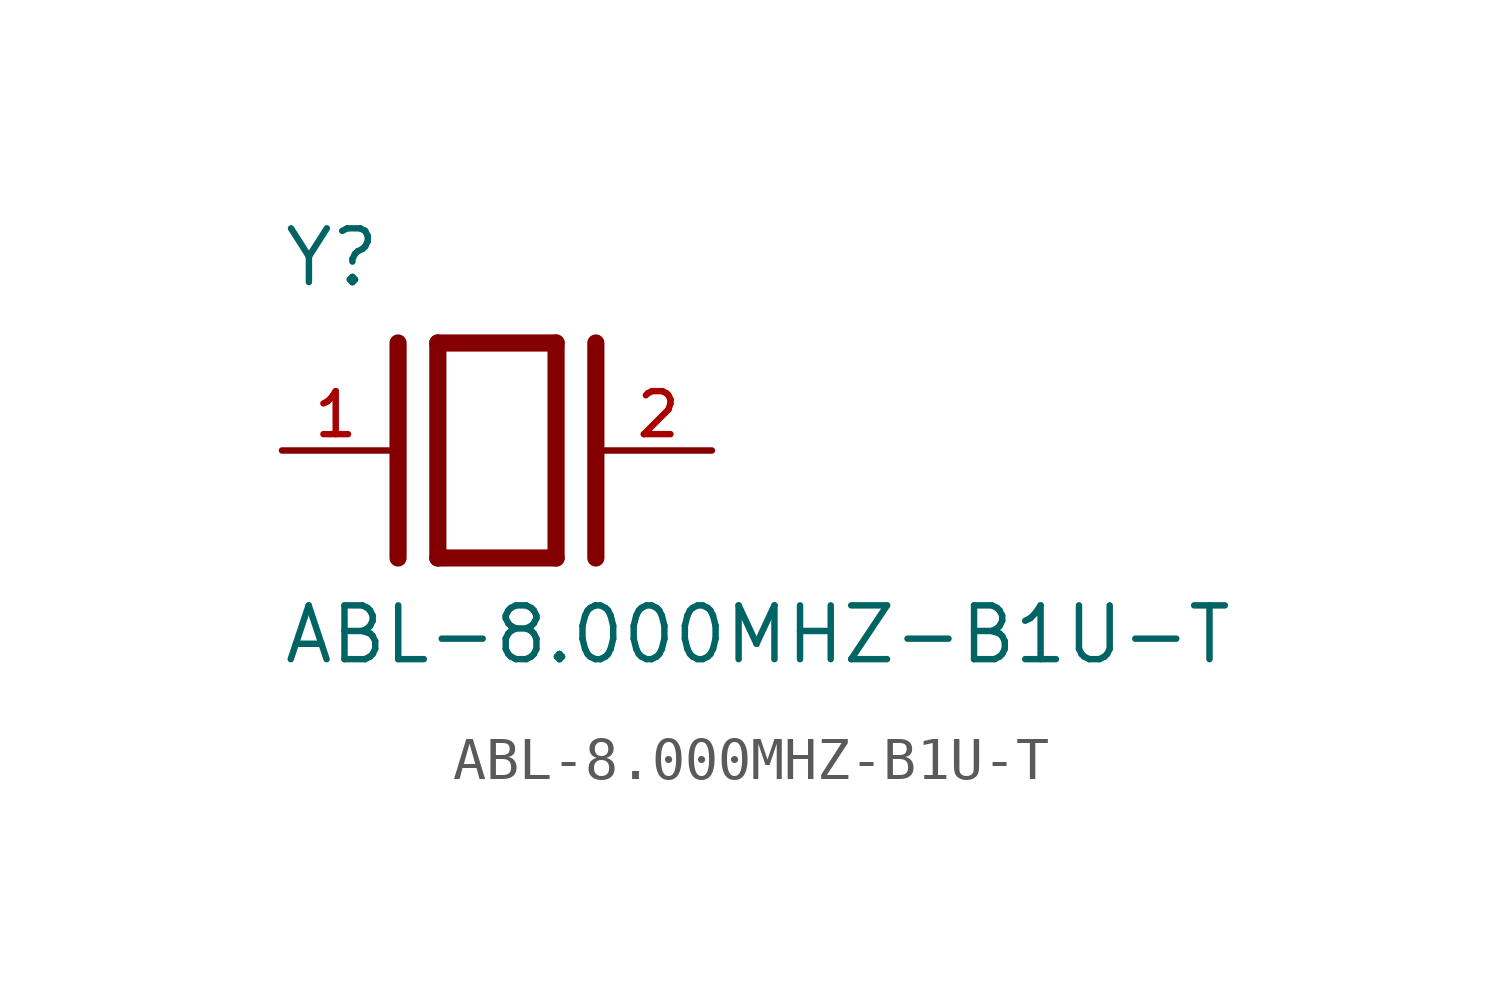
<source format=kicad_sym>
(kicad_symbol_lib
  (version 20211014)
  (generator kicad_symbol_editor)
  (symbol "ABL-8.000MHZ-B1U-T"
    (pin_names
      (offset 1.016))
    (property "Reference" "Y"
      (at -5.088 3.816 0)
      (effects (font (size 1.27 1.27)) (justify bottom left)))
    (property "Value" "ABL-8.000MHZ-B1U-T"
      (at -5.094 -5.094 0)
      (effects (font (size 1.27 1.27)) (justify bottom left)))
    (symbol "ABL-8.000MHZ-B1U-T_0_0"
      (polyline (pts (xy -1.397 2.54) (xy 1.397 2.54)) (stroke (width 0.406)))
      (polyline (pts (xy 1.397 2.54) (xy 1.397 -2.54)) (stroke (width 0.406)))
      (polyline (pts (xy 1.397 -2.54) (xy -1.397 -2.54)) (stroke (width 0.406)))
      (polyline (pts (xy -1.397 2.54) (xy -1.397 -2.54)) (stroke (width 0.406)))
      (polyline (pts (xy 2.337 2.54) (xy 2.337 -2.54)) (stroke (width 0.406)))
      (polyline (pts (xy -2.337 2.54) (xy -2.337 -2.54)) (stroke (width 0.406)))
      (pin passive line (at 5.08 0.0 180.0) (length 2.54) (name "~" (effects (font (size 1.016 1.016)))) (number "2" (effects (font (size 1.016 1.016)))))
      (pin passive line (at -5.08 0.0 0) (length 2.54) (name "~" (effects (font (size 1.016 1.016)))) (number "1" (effects (font (size 1.016 1.016))))))))
</source>
